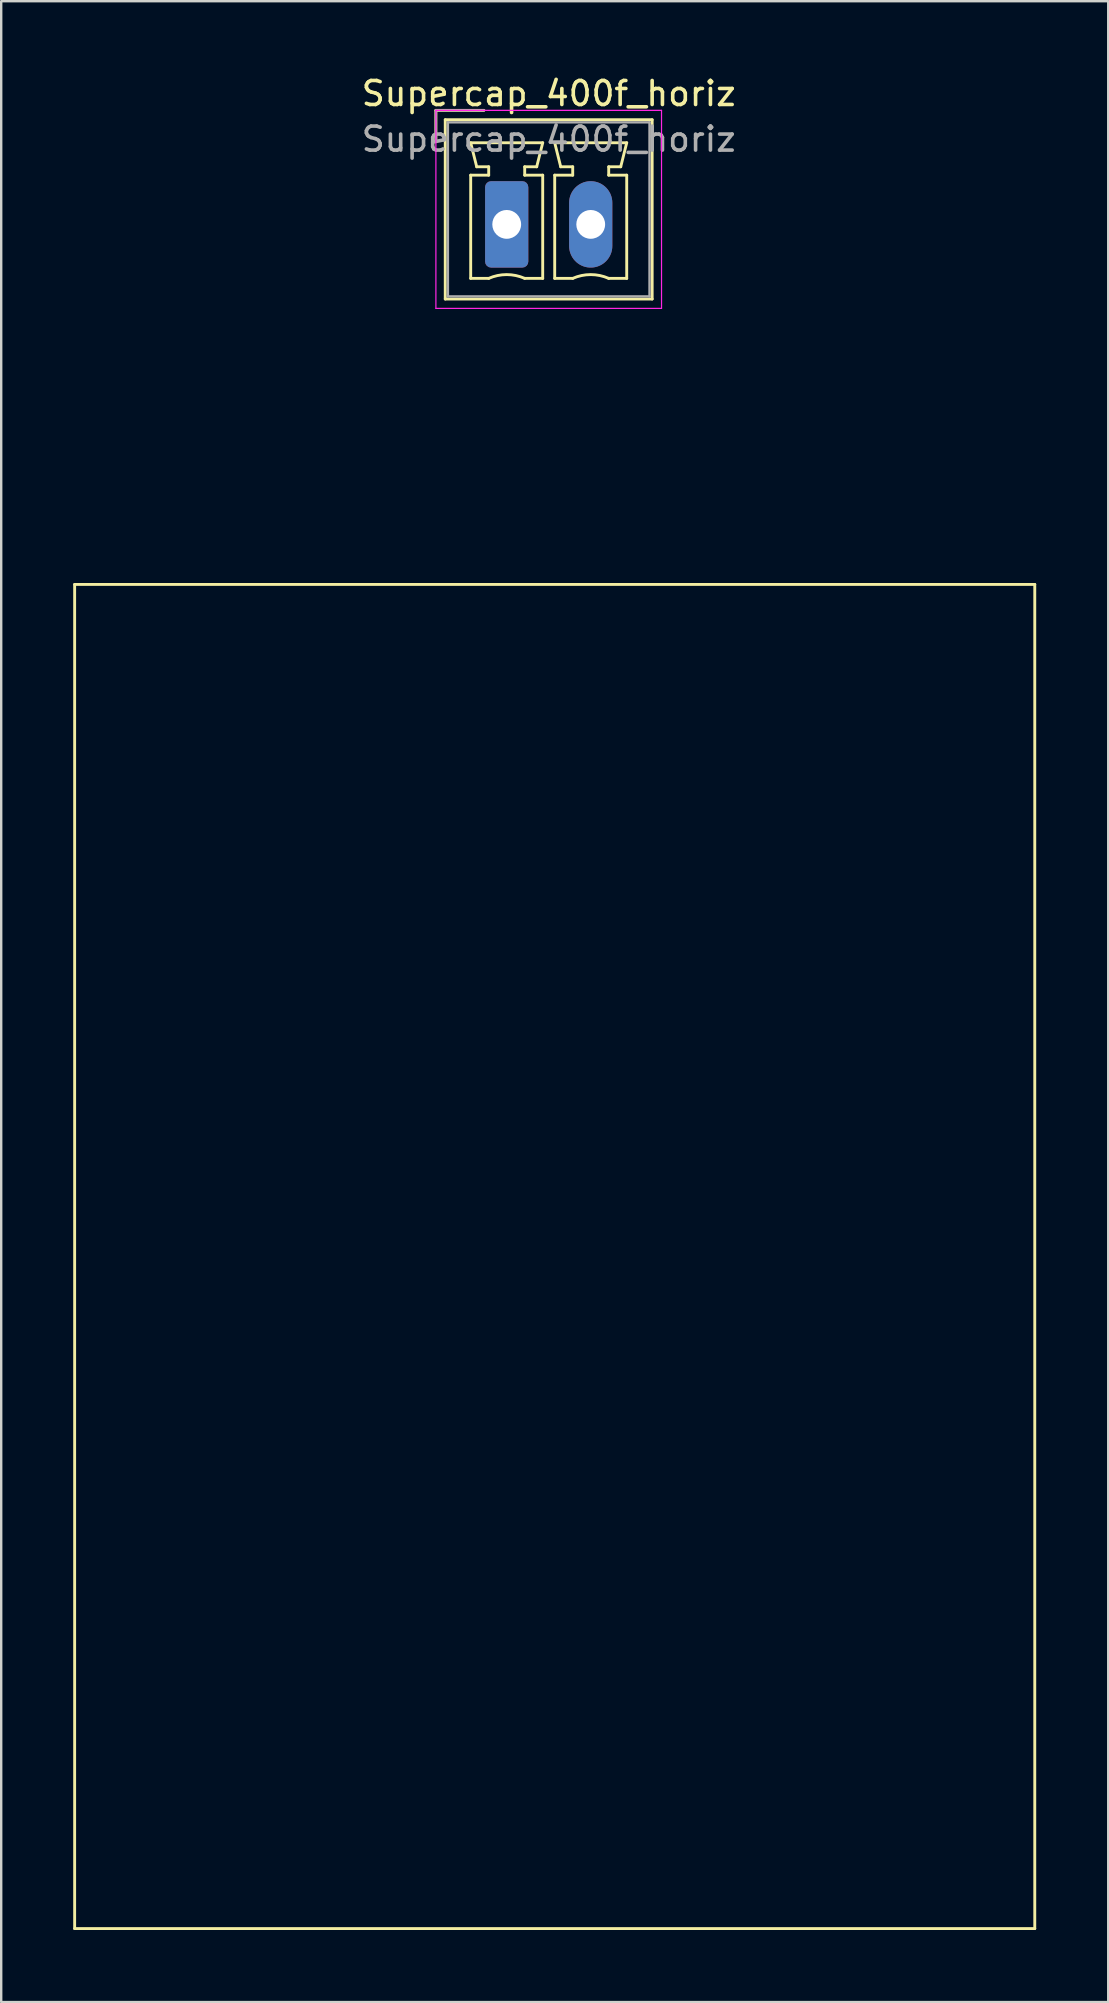
<source format=kicad_pcb>
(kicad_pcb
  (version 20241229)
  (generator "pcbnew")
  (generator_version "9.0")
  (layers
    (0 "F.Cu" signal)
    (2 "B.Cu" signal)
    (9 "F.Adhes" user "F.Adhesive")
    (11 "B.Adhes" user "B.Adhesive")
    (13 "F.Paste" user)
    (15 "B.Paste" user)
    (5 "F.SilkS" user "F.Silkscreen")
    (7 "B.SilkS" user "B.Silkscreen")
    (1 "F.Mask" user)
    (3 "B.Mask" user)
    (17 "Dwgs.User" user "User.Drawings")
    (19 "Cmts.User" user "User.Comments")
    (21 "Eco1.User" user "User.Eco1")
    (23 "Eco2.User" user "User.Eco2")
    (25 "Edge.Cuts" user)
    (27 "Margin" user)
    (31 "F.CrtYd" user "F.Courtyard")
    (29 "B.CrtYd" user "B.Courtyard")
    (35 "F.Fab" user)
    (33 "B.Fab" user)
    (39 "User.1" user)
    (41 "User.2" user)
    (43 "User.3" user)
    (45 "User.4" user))
  (footprint "Supercap_400f_horiz"
    (layer "F.Cu")
    (at 18.06 6.298)
    (property "Reference" "Supercap_400f_horiz" (at 1.75 -5.45 0) (layer "F.SilkS") (effects (font (size 1 1) (thickness 0.15))))
    (attr through_hole)
    (fp_line (start -18 15) (end 22 15) (stroke (width 0.12) (type solid)) (layer "F.SilkS"))
    (fp_line (start -18 71) (end -18 15) (stroke (width 0.12) (type solid)) (layer "F.SilkS"))
    (fp_line (start -2.95 -4.75) (end -0.95 -4.75) (stroke (width 0.12) (type solid)) (layer "F.SilkS"))
    (fp_line (start -2.95 -3.5) (end -2.95 -4.75) (stroke (width 0.12) (type solid)) (layer "F.SilkS"))
    (fp_line (start -2.56 -4.36) (end -2.56 3.11) (stroke (width 0.12) (type solid)) (layer "F.SilkS"))
    (fp_line (start -2.56 3.11) (end 6.06 3.11) (stroke (width 0.12) (type solid)) (layer "F.SilkS"))
    (fp_line (start -1.5 -3.4) (end 1.5 -3.4) (stroke (width 0.12) (type solid)) (layer "F.SilkS"))
    (fp_line (start -1.5 -2.05) (end -0.75 -2.05) (stroke (width 0.12) (type solid)) (layer "F.SilkS"))
    (fp_line (start -1.5 2.25) (end -1.5 -2.05) (stroke (width 0.12) (type solid)) (layer "F.SilkS"))
    (fp_line (start -1.25 -2.4) (end -1.5 -3.4) (stroke (width 0.12) (type solid)) (layer "F.SilkS"))
    (fp_line (start -0.75 -2.4) (end -1.25 -2.4) (stroke (width 0.12) (type solid)) (layer "F.SilkS"))
    (fp_line (start -0.75 -2.05) (end -0.75 -2.4) (stroke (width 0.12) (type solid)) (layer "F.SilkS"))
    (fp_line (start -0.75 2.25) (end -1.5 2.25) (stroke (width 0.12) (type solid)) (layer "F.SilkS"))
    (fp_line (start 0.75 -2.4) (end 0.75 -2.05) (stroke (width 0.12) (type solid)) (layer "F.SilkS"))
    (fp_line (start 0.75 -2.05) (end 1.5 -2.05) (stroke (width 0.12) (type solid)) (layer "F.SilkS"))
    (fp_line (start 1.25 -2.4) (end 0.75 -2.4) (stroke (width 0.12) (type solid)) (layer "F.SilkS"))
    (fp_line (start 1.5 -3.4) (end 1.25 -2.4) (stroke (width 0.12) (type solid)) (layer "F.SilkS"))
    (fp_line (start 1.5 -2.05) (end 1.5 2.25) (stroke (width 0.12) (type solid)) (layer "F.SilkS"))
    (fp_line (start 1.5 2.25) (end 0.75 2.25) (stroke (width 0.12) (type solid)) (layer "F.SilkS"))
    (fp_line (start 2 -3.4) (end 5 -3.4) (stroke (width 0.12) (type solid)) (layer "F.SilkS"))
    (fp_line (start 2 -2.05) (end 2.75 -2.05) (stroke (width 0.12) (type solid)) (layer "F.SilkS"))
    (fp_line (start 2 2.25) (end 2 -2.05) (stroke (width 0.12) (type solid)) (layer "F.SilkS"))
    (fp_line (start 2.25 -2.4) (end 2 -3.4) (stroke (width 0.12) (type solid)) (layer "F.SilkS"))
    (fp_line (start 2.75 -2.4) (end 2.25 -2.4) (stroke (width 0.12) (type solid)) (layer "F.SilkS"))
    (fp_line (start 2.75 -2.05) (end 2.75 -2.4) (stroke (width 0.12) (type solid)) (layer "F.SilkS"))
    (fp_line (start 2.75 2.25) (end 2 2.25) (stroke (width 0.12) (type solid)) (layer "F.SilkS"))
    (fp_line (start 4.25 -2.4) (end 4.25 -2.05) (stroke (width 0.12) (type solid)) (layer "F.SilkS"))
    (fp_line (start 4.25 -2.05) (end 5 -2.05) (stroke (width 0.12) (type solid)) (layer "F.SilkS"))
    (fp_line (start 4.75 -2.4) (end 4.25 -2.4) (stroke (width 0.12) (type solid)) (layer "F.SilkS"))
    (fp_line (start 5 -3.4) (end 4.75 -2.4) (stroke (width 0.12) (type solid)) (layer "F.SilkS"))
    (fp_line (start 5 -2.05) (end 5 2.25) (stroke (width 0.12) (type solid)) (layer "F.SilkS"))
    (fp_line (start 5 2.25) (end 4.25 2.25) (stroke (width 0.12) (type solid)) (layer "F.SilkS"))
    (fp_line (start 6.06 -4.36) (end -2.56 -4.36) (stroke (width 0.12) (type solid)) (layer "F.SilkS"))
    (fp_line (start 6.06 3.11) (end 6.06 -4.36) (stroke (width 0.12) (type solid)) (layer "F.SilkS"))
    (fp_line (start 22 15) (end 22 71) (stroke (width 0.12) (type solid)) (layer "F.SilkS"))
    (fp_line (start 22 71) (end -18 71) (stroke (width 0.12) (type solid)) (layer "F.SilkS"))
    (fp_arc (start -0.75 2.25) (mid -0.000193 2.09191) (end 0.749647 2.249844) (stroke (width 0.12) (type solid)) (layer "F.SilkS"))
    (fp_arc (start 2.75 2.25) (mid 3.499807 2.09191) (end 4.249647 2.249844) (stroke (width 0.12) (type solid)) (layer "F.SilkS"))
    (fp_line (start -2.95 -4.75) (end -2.95 3.5) (stroke (width 0.05) (type solid)) (layer "F.CrtYd"))
    (fp_line (start -2.95 3.5) (end 6.45 3.5) (stroke (width 0.05) (type solid)) (layer "F.CrtYd"))
    (fp_line (start 6.45 -4.75) (end -2.95 -4.75) (stroke (width 0.05) (type solid)) (layer "F.CrtYd"))
    (fp_line (start 6.45 3.5) (end 6.45 -4.75) (stroke (width 0.05) (type solid)) (layer "F.CrtYd"))
    (fp_line (start -2.95 -4.75) (end -0.95 -4.75) (stroke (width 0.1) (type solid)) (layer "F.Fab"))
    (fp_line (start -2.95 -3.5) (end -2.95 -4.75) (stroke (width 0.1) (type solid)) (layer "F.Fab"))
    (fp_line (start -2.45 -4.25) (end -2.45 3) (stroke (width 0.1) (type solid)) (layer "F.Fab"))
    (fp_line (start -2.45 3) (end 5.95 3) (stroke (width 0.1) (type solid)) (layer "F.Fab"))
    (fp_line (start 5.95 -4.25) (end -2.45 -4.25) (stroke (width 0.1) (type solid)) (layer "F.Fab"))
    (fp_line (start 5.95 3) (end 5.95 -4.25) (stroke (width 0.1) (type solid)) (layer "F.Fab"))
    (fp_text user "${REFERENCE}" (at 1.75 -3.55 0) (layer "F.Fab") (effects (font (size 1 1) (thickness 0.15))))
    (pad "1" thru_hole roundrect (at 0 0) (size 1.8 3.6) (drill 1.2) (layers "*.Cu" "*.Mask") (roundrect_rratio 0.139))
    (pad "2" thru_hole oval (at 3.5 0) (size 1.8 3.6) (drill 1.2) (layers "*.Cu" "*.Mask")))
  (gr_rect
    (start -3 -3)
    (end 43.12 80.358)
    (stroke (width 0.1) (type default))
    (fill no)
    (layer "Edge.Cuts")))
</source>
